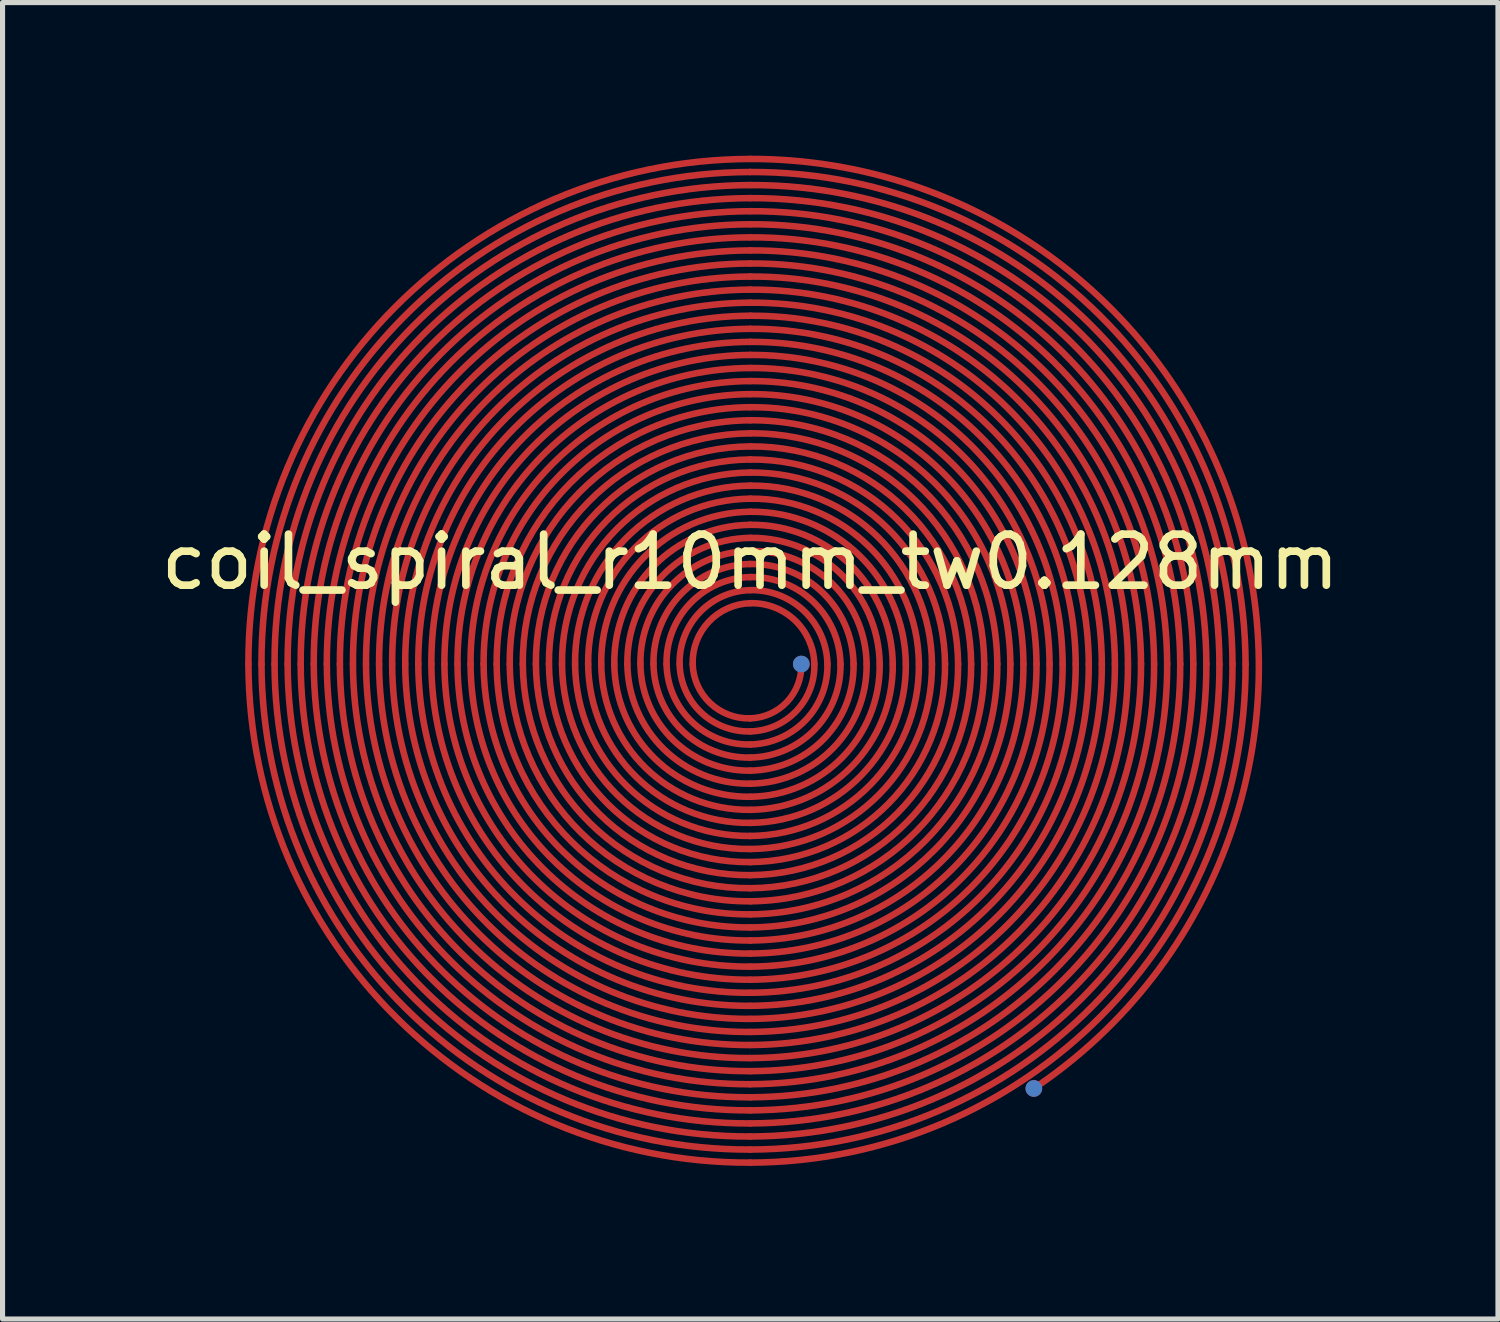
<source format=kicad_pcb>
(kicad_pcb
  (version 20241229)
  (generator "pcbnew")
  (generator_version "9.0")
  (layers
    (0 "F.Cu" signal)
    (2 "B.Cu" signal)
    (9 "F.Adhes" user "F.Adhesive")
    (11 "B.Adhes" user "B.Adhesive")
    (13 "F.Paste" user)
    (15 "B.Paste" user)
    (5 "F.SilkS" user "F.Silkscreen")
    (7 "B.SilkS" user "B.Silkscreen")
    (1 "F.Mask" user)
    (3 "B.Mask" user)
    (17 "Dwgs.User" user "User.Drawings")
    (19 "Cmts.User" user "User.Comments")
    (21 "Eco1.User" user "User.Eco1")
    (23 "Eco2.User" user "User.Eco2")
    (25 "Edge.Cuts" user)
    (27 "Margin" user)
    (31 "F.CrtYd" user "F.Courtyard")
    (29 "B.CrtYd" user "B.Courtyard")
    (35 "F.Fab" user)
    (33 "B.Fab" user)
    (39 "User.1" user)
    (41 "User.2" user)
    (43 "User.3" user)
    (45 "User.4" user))
  (footprint "coil_spiral_r10mm_tw0.128mm"
    (layer "F.Cu")
    (at 11.649 9.96)
    (property "Reference" "coil_spiral_r10mm_tw0.128mm" (at 0 -2 0) (layer "F.SilkS") (effects (font (size 1 1) (thickness 0.15))))
    (attr through_hole)
    (fp_arc (start -9.832 0) (mid -6.965566 -6.98431) (end 0 -9.896) (stroke (width 0.128) (type solid)) (layer "F.Cu"))
    (fp_arc (start -9.576 0) (mid -6.784547 -6.803292) (end 0 -9.64) (stroke (width 0.128) (type solid)) (layer "F.Cu"))
    (fp_arc (start -9.32 0) (mid -6.603529 -6.622273) (end -0.000001 -9.384) (stroke (width 0.128) (type solid)) (layer "F.Cu"))
    (fp_arc (start -9.064 0) (mid -6.42251 -6.441256) (end 0.000001 -9.128) (stroke (width 0.128) (type solid)) (layer "F.Cu"))
    (fp_arc (start -8.808 0) (mid -6.241492 -6.260238) (end 0.000001 -8.872) (stroke (width 0.128) (type solid)) (layer "F.Cu"))
    (fp_arc (start -8.552 0) (mid -6.060474 -6.079219) (end 0 -8.615999) (stroke (width 0.128) (type solid)) (layer "F.Cu"))
    (fp_arc (start -8.296 0) (mid -5.879456 -5.898201) (end 0 -8.36) (stroke (width 0.128) (type solid)) (layer "F.Cu"))
    (fp_arc (start -8.04 0) (mid -5.698439 -5.717183) (end -0.000001 -8.104) (stroke (width 0.128) (type solid)) (layer "F.Cu"))
    (fp_arc (start -7.784 0) (mid -5.51742 -5.536165) (end 0 -7.847999) (stroke (width 0.128) (type solid)) (layer "F.Cu"))
    (fp_arc (start -7.528 0) (mid -5.336403 -5.355148) (end 0 -7.592) (stroke (width 0.128) (type solid)) (layer "F.Cu"))
    (fp_arc (start -7.272 0) (mid -5.155385 -5.17413) (end 0 -7.335999) (stroke (width 0.128) (type solid)) (layer "F.Cu"))
    (fp_arc (start -7.016 0) (mid -4.974368 -4.993113) (end 0 -7.080001) (stroke (width 0.128) (type solid)) (layer "F.Cu"))
    (fp_arc (start -6.76 0) (mid -4.79335 -4.812095) (end 0 -6.824) (stroke (width 0.128) (type solid)) (layer "F.Cu"))
    (fp_arc (start -6.504 0) (mid -4.612333 -4.631078) (end 0 -6.568) (stroke (width 0.128) (type solid)) (layer "F.Cu"))
    (fp_arc (start -6.248 0) (mid -4.431316 -4.450061) (end 0 -6.312) (stroke (width 0.128) (type solid)) (layer "F.Cu"))
    (fp_arc (start -5.992 0) (mid -4.250299 -4.269044) (end 0 -6.056) (stroke (width 0.128) (type solid)) (layer "F.Cu"))
    (fp_arc (start -5.736 0) (mid -4.069282 -4.088027) (end 0.000001 -5.8) (stroke (width 0.128) (type solid)) (layer "F.Cu"))
    (fp_arc (start -5.48 0) (mid -3.888266 -3.90701) (end -0.000001 -5.544) (stroke (width 0.128) (type solid)) (layer "F.Cu"))
    (fp_arc (start -5.224 0) (mid -3.70725 -3.725994) (end -0.000001 -5.288) (stroke (width 0.128) (type solid)) (layer "F.Cu"))
    (fp_arc (start -4.968 0) (mid -3.526235 -3.544978) (end -0.000001 -5.032) (stroke (width 0.128) (type solid)) (layer "F.Cu"))
    (fp_arc (start -4.712 0) (mid -3.345219 -3.363963) (end 0 -4.776001) (stroke (width 0.128) (type solid)) (layer "F.Cu"))
    (fp_arc (start -4.456 0) (mid -3.164203 -3.182948) (end 0.000001 -4.52) (stroke (width 0.128) (type solid)) (layer "F.Cu"))
    (fp_arc (start -4.2 0) (mid -2.98319 -3.001934) (end 0 -4.264) (stroke (width 0.128) (type solid)) (layer "F.Cu"))
    (fp_arc (start -3.944 0) (mid -2.802175 -2.82092) (end 0.000001 -4.008) (stroke (width 0.128) (type solid)) (layer "F.Cu"))
    (fp_arc (start -3.688 0) (mid -2.621163 -2.639906) (end 0 -3.752) (stroke (width 0.128) (type solid)) (layer "F.Cu"))
    (fp_arc (start -3.432 0) (mid -2.44015 -2.458894) (end 0.000001 -3.496) (stroke (width 0.128) (type solid)) (layer "F.Cu"))
    (fp_arc (start -3.176 0) (mid -2.25914 -2.277883) (end 0 -3.24) (stroke (width 0.128) (type solid)) (layer "F.Cu"))
    (fp_arc (start -2.92 0) (mid -2.078131 -2.096873) (end 0 -2.984) (stroke (width 0.128) (type solid)) (layer "F.Cu"))
    (fp_arc (start -2.664 0) (mid -1.897123 -1.915865) (end 0 -2.728) (stroke (width 0.128) (type solid)) (layer "F.Cu"))
    (fp_arc (start -2.408 0) (mid -1.716118 -1.73486) (end 0 -2.472) (stroke (width 0.128) (type solid)) (layer "F.Cu"))
    (fp_arc (start -2.152 0) (mid -1.535117 -1.553857) (end 0 -2.216) (stroke (width 0.128) (type solid)) (layer "F.Cu"))
    (fp_arc (start -1.896 0) (mid -1.35412 -1.372859) (end 0 -1.96) (stroke (width 0.128) (type solid)) (layer "F.Cu"))
    (fp_arc (start -1.64 0) (mid -1.17313 -1.191867) (end 0 -1.703999) (stroke (width 0.128) (type solid)) (layer "F.Cu"))
    (fp_arc (start -1.384 0) (mid -0.992152 -1.010885) (end 0 -1.447999) (stroke (width 0.128) (type solid)) (layer "F.Cu"))
    (fp_arc (start -1.128 0) (mid -0.811192 -0.82992) (end 0 -1.192) (stroke (width 0.128) (type solid)) (layer "F.Cu"))
    (fp_arc (start 0 -9.896) (mid 9.530967 -2.850886) (end 5.555702 8.314696) (stroke (width 0.128) (type solid)) (layer "F.Cu"))
    (fp_arc (start 0 -9.64) (mid 6.848547 -6.829801) (end 9.704 0.000001) (stroke (width 0.128) (type solid)) (layer "F.Cu"))
    (fp_arc (start 0 -9.384) (mid 6.667528 -6.648783) (end 9.448 0) (stroke (width 0.128) (type solid)) (layer "F.Cu"))
    (fp_arc (start 0 -9.128) (mid 6.48651 -6.467765) (end 9.192 0.000001) (stroke (width 0.128) (type solid)) (layer "F.Cu"))
    (fp_arc (start 0 -8.872) (mid 6.305492 -6.286747) (end 8.936 0.000001) (stroke (width 0.128) (type solid)) (layer "F.Cu"))
    (fp_arc (start 0 -8.616) (mid 6.124474 -6.105728) (end 8.68 0.000001) (stroke (width 0.128) (type solid)) (layer "F.Cu"))
    (fp_arc (start 0 -8.36) (mid 5.943456 -5.924711) (end 8.424 0) (stroke (width 0.128) (type solid)) (layer "F.Cu"))
    (fp_arc (start 0 -8.104) (mid 5.762437 -5.743693) (end 8.167999 0) (stroke (width 0.128) (type solid)) (layer "F.Cu"))
    (fp_arc (start 0 -7.848) (mid 5.58142 -5.562675) (end 7.912 0.000001) (stroke (width 0.128) (type solid)) (layer "F.Cu"))
    (fp_arc (start 0 -7.592) (mid 5.400402 -5.381657) (end 7.655999 0) (stroke (width 0.128) (type solid)) (layer "F.Cu"))
    (fp_arc (start 0 -7.336) (mid 5.219384 -5.20064) (end 7.4 0) (stroke (width 0.128) (type solid)) (layer "F.Cu"))
    (fp_arc (start 0 -7.08) (mid 5.038367 -5.019622) (end 7.144 0) (stroke (width 0.128) (type solid)) (layer "F.Cu"))
    (fp_arc (start 0 -6.824) (mid 4.857349 -4.838604) (end 6.888 0.000001) (stroke (width 0.128) (type solid)) (layer "F.Cu"))
    (fp_arc (start 0 -6.568) (mid 4.676332 -4.657587) (end 6.632 0.000001) (stroke (width 0.128) (type solid)) (layer "F.Cu"))
    (fp_arc (start 0 -6.312) (mid 4.495315 -4.47657) (end 6.376 0) (stroke (width 0.128) (type solid)) (layer "F.Cu"))
    (fp_arc (start 0 -6.056) (mid 4.314298 -4.295553) (end 6.12 0) (stroke (width 0.128) (type solid)) (layer "F.Cu"))
    (fp_arc (start 0 -5.8) (mid 4.133281 -4.114537) (end 5.864 0) (stroke (width 0.128) (type solid)) (layer "F.Cu"))
    (fp_arc (start 0 -5.544) (mid 3.952264 -3.93352) (end 5.608 0) (stroke (width 0.128) (type solid)) (layer "F.Cu"))
    (fp_arc (start 0 -5.288) (mid 3.771248 -3.752504) (end 5.352 0) (stroke (width 0.128) (type solid)) (layer "F.Cu"))
    (fp_arc (start 0 -5.032) (mid 3.590232 -3.571489) (end 5.096 -0.000001) (stroke (width 0.128) (type solid)) (layer "F.Cu"))
    (fp_arc (start 0 -4.776) (mid 3.409216 -3.390472) (end 4.839999 0) (stroke (width 0.128) (type solid)) (layer "F.Cu"))
    (fp_arc (start 0 -4.52) (mid 3.228202 -3.209458) (end 4.584001 0) (stroke (width 0.128) (type solid)) (layer "F.Cu"))
    (fp_arc (start 0 -4.264) (mid 3.047187 -3.028444) (end 4.328 -0.000001) (stroke (width 0.128) (type solid)) (layer "F.Cu"))
    (fp_arc (start 0 -4.008) (mid 2.866173 -2.847429) (end 4.072 0.000001) (stroke (width 0.128) (type solid)) (layer "F.Cu"))
    (fp_arc (start 0 -3.752) (mid 2.68516 -2.666416) (end 3.816001 0) (stroke (width 0.128) (type solid)) (layer "F.Cu"))
    (fp_arc (start 0 -3.496) (mid 2.504147 -2.485403) (end 3.56 0.000001) (stroke (width 0.128) (type solid)) (layer "F.Cu"))
    (fp_arc (start 0 -3.24) (mid 2.323136 -2.304393) (end 3.304 0) (stroke (width 0.128) (type solid)) (layer "F.Cu"))
    (fp_arc (start 0 -2.984) (mid 2.142125 -2.123383) (end 3.048 0) (stroke (width 0.128) (type solid)) (layer "F.Cu"))
    (fp_arc (start 0 -2.728) (mid 1.961117 -1.942375) (end 2.792 -0.000001) (stroke (width 0.128) (type solid)) (layer "F.Cu"))
    (fp_arc (start 0 -2.472) (mid 1.780111 -1.761369) (end 2.536 0) (stroke (width 0.128) (type solid)) (layer "F.Cu"))
    (fp_arc (start 0 -2.216) (mid 1.599108 -1.580367) (end 2.280001 0) (stroke (width 0.128) (type solid)) (layer "F.Cu"))
    (fp_arc (start 0 -1.96) (mid 1.418108 -1.399369) (end 2.024 0) (stroke (width 0.128) (type solid)) (layer "F.Cu"))
    (fp_arc (start 0 -1.704) (mid 1.237114 -1.218377) (end 1.767999 0) (stroke (width 0.128) (type solid)) (layer "F.Cu"))
    (fp_arc (start 0 -1.448) (mid 1.05613 -1.037395) (end 1.512 0) (stroke (width 0.128) (type solid)) (layer "F.Cu"))
    (fp_arc (start 0 -1.192) (mid 0.875159 -0.85643) (end 1.256 -0.000001) (stroke (width 0.128) (type solid)) (layer "F.Cu"))
    (fp_arc (start 0 1.064) (mid -0.784682 0.765956) (end -1.128001 0) (stroke (width 0.128) (type solid)) (layer "F.Cu"))
    (fp_arc (start 0 1.32) (mid -0.965642 0.94691) (end -1.383999 0) (stroke (width 0.128) (type solid)) (layer "F.Cu"))
    (fp_arc (start 0 1.576) (mid -1.146621 1.127885) (end -1.640001 0) (stroke (width 0.128) (type solid)) (layer "F.Cu"))
    (fp_arc (start 0 1.832) (mid -1.32761 1.308872) (end -1.896 0) (stroke (width 0.128) (type solid)) (layer "F.Cu"))
    (fp_arc (start 0 2.088) (mid -1.508607 1.489867) (end -2.152 0.000001) (stroke (width 0.128) (type solid)) (layer "F.Cu"))
    (fp_arc (start 0 2.344) (mid -1.689609 1.670868) (end -2.408 0) (stroke (width 0.128) (type solid)) (layer "F.Cu"))
    (fp_arc (start 0 2.6) (mid -1.870614 1.851872) (end -2.664 0) (stroke (width 0.128) (type solid)) (layer "F.Cu"))
    (fp_arc (start 0 2.856) (mid -2.051621 2.032878) (end -2.919999 0) (stroke (width 0.128) (type solid)) (layer "F.Cu"))
    (fp_arc (start 0 3.112) (mid -2.23263 2.213887) (end -3.176 0) (stroke (width 0.128) (type solid)) (layer "F.Cu"))
    (fp_arc (start 0 3.368) (mid -2.413641 2.394898) (end -3.432 0) (stroke (width 0.128) (type solid)) (layer "F.Cu"))
    (fp_arc (start 0 3.624) (mid -2.594653 2.57591) (end -3.688 0) (stroke (width 0.128) (type solid)) (layer "F.Cu"))
    (fp_arc (start 0 3.88) (mid -2.775666 2.756922) (end -3.943999 0) (stroke (width 0.128) (type solid)) (layer "F.Cu"))
    (fp_arc (start 0 4.136) (mid -2.95668 2.937936) (end -4.2 0) (stroke (width 0.128) (type solid)) (layer "F.Cu"))
    (fp_arc (start 0 4.392) (mid -3.137694 3.11895) (end -4.456 -0.000001) (stroke (width 0.128) (type solid)) (layer "F.Cu"))
    (fp_arc (start 0 4.648) (mid -3.318709 3.299965) (end -4.712 0) (stroke (width 0.128) (type solid)) (layer "F.Cu"))
    (fp_arc (start 0 4.904) (mid -3.499725 3.48098) (end -4.968 0) (stroke (width 0.128) (type solid)) (layer "F.Cu"))
    (fp_arc (start 0 5.16) (mid -3.68074 3.661996) (end -5.224 0.000001) (stroke (width 0.128) (type solid)) (layer "F.Cu"))
    (fp_arc (start 0 5.416) (mid -3.861757 3.843012) (end -5.480001 0) (stroke (width 0.128) (type solid)) (layer "F.Cu"))
    (fp_arc (start 0 5.672) (mid -4.042772 4.024028) (end -5.735999 0) (stroke (width 0.128) (type solid)) (layer "F.Cu"))
    (fp_arc (start 0 5.928) (mid -4.22379 4.205044) (end -5.992 -0.000001) (stroke (width 0.128) (type solid)) (layer "F.Cu"))
    (fp_arc (start 0 6.184) (mid -4.404806 4.386062) (end -6.248 0) (stroke (width 0.128) (type solid)) (layer "F.Cu"))
    (fp_arc (start 0 6.44) (mid -4.585823 4.567079) (end -6.504 0) (stroke (width 0.128) (type solid)) (layer "F.Cu"))
    (fp_arc (start 0 6.696) (mid -4.76684 4.748096) (end -6.76 0.000001) (stroke (width 0.128) (type solid)) (layer "F.Cu"))
    (fp_arc (start 0 6.952) (mid -4.947858 4.929113) (end -7.016 0) (stroke (width 0.128) (type solid)) (layer "F.Cu"))
    (fp_arc (start 0 7.208) (mid -5.128876 5.110131) (end -7.272001 0) (stroke (width 0.128) (type solid)) (layer "F.Cu"))
    (fp_arc (start 0 7.464) (mid -5.309893 5.291148) (end -7.527999 0) (stroke (width 0.128) (type solid)) (layer "F.Cu"))
    (fp_arc (start 0 7.72) (mid -5.490911 5.472166) (end -7.784 0) (stroke (width 0.128) (type solid)) (layer "F.Cu"))
    (fp_arc (start 0 7.976) (mid -5.671929 5.653184) (end -8.04 0) (stroke (width 0.128) (type solid)) (layer "F.Cu"))
    (fp_arc (start 0 8.232) (mid -5.852947 5.834202) (end -8.296 0) (stroke (width 0.128) (type solid)) (layer "F.Cu"))
    (fp_arc (start 0 8.488) (mid -6.033965 6.01522) (end -8.552 0.000001) (stroke (width 0.128) (type solid)) (layer "F.Cu"))
    (fp_arc (start 0 8.744) (mid -6.214983 6.196237) (end -8.808 -0.000001) (stroke (width 0.128) (type solid)) (layer "F.Cu"))
    (fp_arc (start 0 9) (mid -6.396001 6.377256) (end -9.064 -0.000001) (stroke (width 0.128) (type solid)) (layer "F.Cu"))
    (fp_arc (start 0 9.256) (mid -6.577019 6.558275) (end -9.32 0.000001) (stroke (width 0.128) (type solid)) (layer "F.Cu"))
    (fp_arc (start 0 9.512) (mid -6.758037 6.739293) (end -9.576 0) (stroke (width 0.128) (type solid)) (layer "F.Cu"))
    (fp_arc (start 0 9.768) (mid -6.939056 6.920311) (end -9.832 0.000001) (stroke (width 0.128) (type solid)) (layer "F.Cu"))
    (fp_arc (start 1 0) (mid 0.720723 0.739446) (end 0 1.064) (stroke (width 0.128) (type solid)) (layer "F.Cu"))
    (fp_arc (start 1.256 0) (mid 0.901668 0.9204) (end -0.000001 1.32) (stroke (width 0.128) (type solid)) (layer "F.Cu"))
    (fp_arc (start 1.512 0) (mid 1.082639 1.101375) (end 0 1.576) (stroke (width 0.128) (type solid)) (layer "F.Cu"))
    (fp_arc (start 1.768 0) (mid 1.263624 1.282362) (end 0 1.832) (stroke (width 0.128) (type solid)) (layer "F.Cu"))
    (fp_arc (start 2.024 0) (mid 1.444618 1.463358) (end 0 2.088001) (stroke (width 0.128) (type solid)) (layer "F.Cu"))
    (fp_arc (start 2.28 0) (mid 1.625617 1.644358) (end 0 2.344) (stroke (width 0.128) (type solid)) (layer "F.Cu"))
    (fp_arc (start 2.536 0) (mid 1.80662 1.825362) (end 0 2.6) (stroke (width 0.128) (type solid)) (layer "F.Cu"))
    (fp_arc (start 2.792 0) (mid 1.987627 2.006369) (end 0.000001 2.856) (stroke (width 0.128) (type solid)) (layer "F.Cu"))
    (fp_arc (start 3.048 0) (mid 2.168635 2.187378) (end 0 3.112) (stroke (width 0.128) (type solid)) (layer "F.Cu"))
    (fp_arc (start 3.304 0) (mid 2.349645 2.368388) (end 0 3.368) (stroke (width 0.128) (type solid)) (layer "F.Cu"))
    (fp_arc (start 3.56 0) (mid 2.530657 2.5494) (end 0 3.624) (stroke (width 0.128) (type solid)) (layer "F.Cu"))
    (fp_arc (start 3.816 0) (mid 2.71167 2.730413) (end 0.000001 3.88) (stroke (width 0.128) (type solid)) (layer "F.Cu"))
    (fp_arc (start 4.072 0) (mid 2.892683 2.911427) (end 0 4.136001) (stroke (width 0.128) (type solid)) (layer "F.Cu"))
    (fp_arc (start 4.328 0) (mid 3.073696 3.09244) (end 0 4.391999) (stroke (width 0.128) (type solid)) (layer "F.Cu"))
    (fp_arc (start 4.584 0) (mid 3.254712 3.273455) (end 0.000001 4.648) (stroke (width 0.128) (type solid)) (layer "F.Cu"))
    (fp_arc (start 4.84 0) (mid 3.435726 3.454471) (end 0 4.904) (stroke (width 0.128) (type solid)) (layer "F.Cu"))
    (fp_arc (start 5.096 0) (mid 3.616743 3.635486) (end 0.000001 5.16) (stroke (width 0.128) (type solid)) (layer "F.Cu"))
    (fp_arc (start 5.352 0) (mid 3.797758 3.816502) (end 0 5.416) (stroke (width 0.128) (type solid)) (layer "F.Cu"))
    (fp_arc (start 5.608 0) (mid 3.978774 3.997519) (end 0 5.672) (stroke (width 0.128) (type solid)) (layer "F.Cu"))
    (fp_arc (start 5.864 0) (mid 4.159791 4.178535) (end 0 5.927999) (stroke (width 0.128) (type solid)) (layer "F.Cu"))
    (fp_arc (start 6.12 0) (mid 4.340808 4.359552) (end 0 6.184) (stroke (width 0.128) (type solid)) (layer "F.Cu"))
    (fp_arc (start 6.376 0) (mid 4.521824 4.540569) (end 0 6.44) (stroke (width 0.128) (type solid)) (layer "F.Cu"))
    (fp_arc (start 6.632 0) (mid 4.702842 4.721587) (end 0 6.696001) (stroke (width 0.128) (type solid)) (layer "F.Cu"))
    (fp_arc (start 6.888 0) (mid 4.883859 4.902604) (end 0 6.952001) (stroke (width 0.128) (type solid)) (layer "F.Cu"))
    (fp_arc (start 7.144 0) (mid 5.064876 5.083621) (end -0.000001 7.208) (stroke (width 0.128) (type solid)) (layer "F.Cu"))
    (fp_arc (start 7.4 0) (mid 5.245894 5.264639) (end 0 7.464) (stroke (width 0.128) (type solid)) (layer "F.Cu"))
    (fp_arc (start 7.656 0) (mid 5.426912 5.445656) (end 0 7.72) (stroke (width 0.128) (type solid)) (layer "F.Cu"))
    (fp_arc (start 7.912 0) (mid 5.607929 5.626674) (end 0 7.976) (stroke (width 0.128) (type solid)) (layer "F.Cu"))
    (fp_arc (start 8.168 0) (mid 5.788947 5.807693) (end -0.000001 8.232) (stroke (width 0.128) (type solid)) (layer "F.Cu"))
    (fp_arc (start 8.424 0) (mid 5.969966 5.98871) (end 0.000001 8.488) (stroke (width 0.128) (type solid)) (layer "F.Cu"))
    (fp_arc (start 8.68 0) (mid 6.150983 6.169729) (end -0.000001 8.744) (stroke (width 0.128) (type solid)) (layer "F.Cu"))
    (fp_arc (start 8.936 0) (mid 6.332001 6.350747) (end -0.000001 9) (stroke (width 0.128) (type solid)) (layer "F.Cu"))
    (fp_arc (start 9.192 0) (mid 6.51302 6.531765) (end 0 9.256001) (stroke (width 0.128) (type solid)) (layer "F.Cu"))
    (fp_arc (start 9.448 0) (mid 6.694038 6.712783) (end 0 9.512) (stroke (width 0.128) (type solid)) (layer "F.Cu"))
    (fp_arc (start 9.704 0) (mid 6.875057 6.893802) (end 0 9.768001) (stroke (width 0.128) (type solid)) (layer "F.Cu"))
    (pad "1" connect circle (at 1 0) (size 0.327 0.327) (layers "*.Cu" "*.Mask"))
    (pad "2" connect circle (at 5.556 8.315) (size 0.327 0.327) (layers "*.Cu" "*.Mask")))
  (gr_rect
    (start -3 -3)
    (end 26.298 22.792)
    (stroke (width 0.1) (type default))
    (fill no)
    (layer "Edge.Cuts")))
</source>
